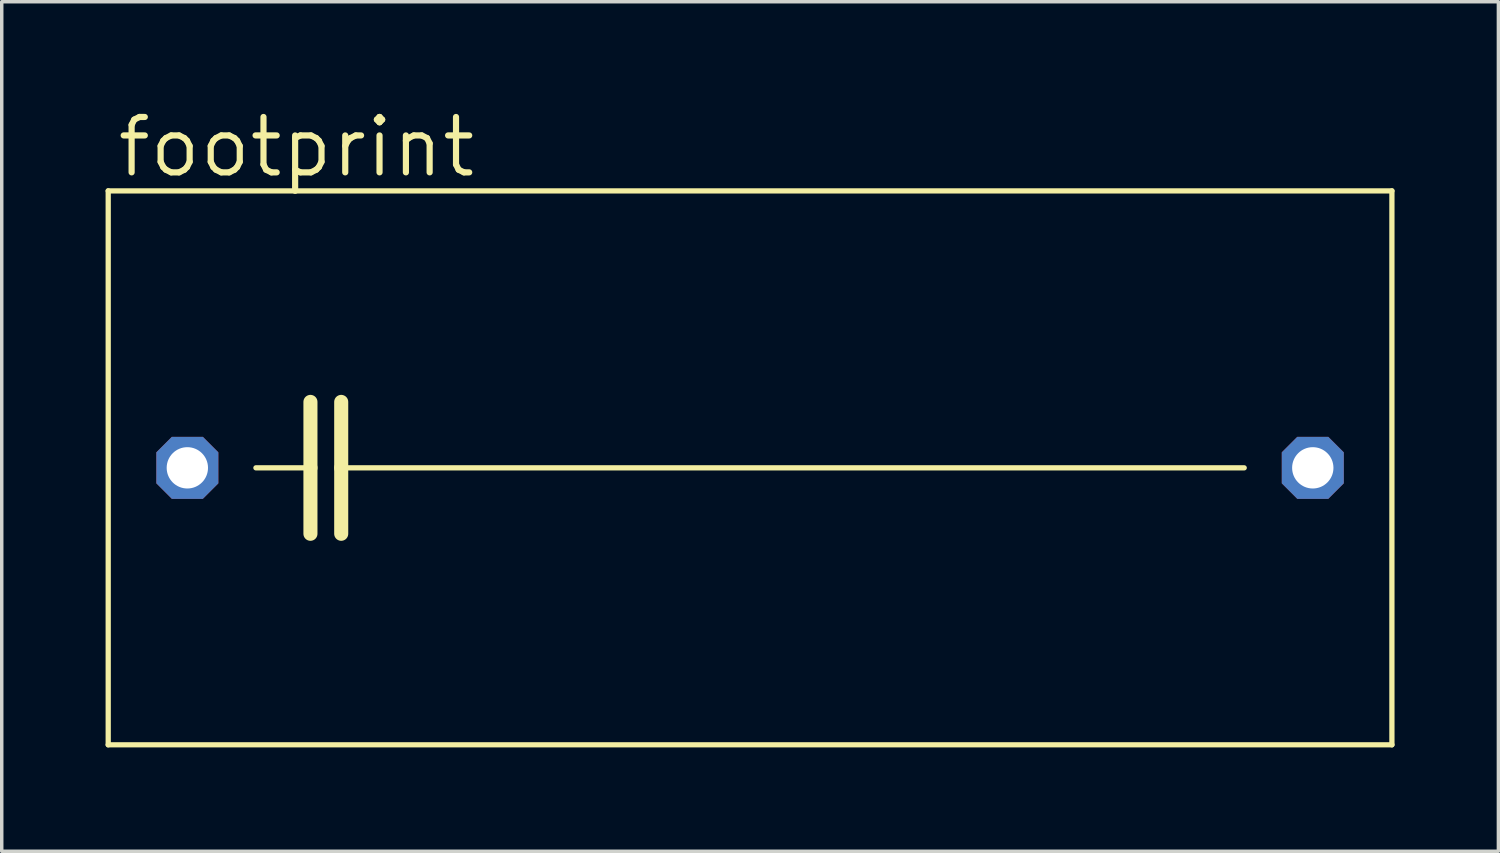
<source format=kicad_pcb>
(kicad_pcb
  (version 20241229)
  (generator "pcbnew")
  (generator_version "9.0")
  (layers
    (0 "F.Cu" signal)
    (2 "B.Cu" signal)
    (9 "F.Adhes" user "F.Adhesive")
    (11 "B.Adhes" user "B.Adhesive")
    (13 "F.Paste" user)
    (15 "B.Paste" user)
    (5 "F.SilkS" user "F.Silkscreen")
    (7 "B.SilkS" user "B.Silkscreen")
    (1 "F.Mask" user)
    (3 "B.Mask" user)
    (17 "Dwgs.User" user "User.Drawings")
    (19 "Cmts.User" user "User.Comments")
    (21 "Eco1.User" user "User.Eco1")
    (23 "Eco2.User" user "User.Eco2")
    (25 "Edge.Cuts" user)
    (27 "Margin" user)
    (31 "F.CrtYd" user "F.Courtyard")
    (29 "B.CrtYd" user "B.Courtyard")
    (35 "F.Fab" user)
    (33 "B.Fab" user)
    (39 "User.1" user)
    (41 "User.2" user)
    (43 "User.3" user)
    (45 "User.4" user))
  (footprint "footprint"
    (layer "F.Cu")
    (at 18.618 10.465)
    (property "Reference" "footprint" (at -18.364 -8.331 0) (layer "F.SilkS") (effects (font (size 1.6 1.6) (thickness 0.178)) (justify left bottom)))
    (fp_line (start -18.542 -8.001) (end -18.542 8.001) (stroke (width 0.152) (type solid)) (layer "F.SilkS"))
    (fp_line (start -18.542 8.001) (end 18.542 8.001) (stroke (width 0.152) (type solid)) (layer "F.SilkS"))
    (fp_line (start -14.275 0) (end -12.7 0) (stroke (width 0.152) (type solid)) (layer "F.SilkS"))
    (fp_line (start -12.7 -1.905) (end -12.7 0) (stroke (width 0.406) (type solid)) (layer "F.SilkS"))
    (fp_line (start -12.7 0) (end -12.7 1.905) (stroke (width 0.406) (type solid)) (layer "F.SilkS"))
    (fp_line (start -11.811 -1.905) (end -11.811 0) (stroke (width 0.406) (type solid)) (layer "F.SilkS"))
    (fp_line (start -11.811 0) (end -11.811 1.905) (stroke (width 0.406) (type solid)) (layer "F.SilkS"))
    (fp_line (start -11.811 0) (end 14.275 0) (stroke (width 0.152) (type solid)) (layer "F.SilkS"))
    (fp_line (start 18.542 -8.001) (end -18.542 -8.001) (stroke (width 0.152) (type solid)) (layer "F.SilkS"))
    (fp_line (start 18.542 -8.001) (end 18.542 8.001) (stroke (width 0.152) (type solid)) (layer "F.SilkS"))
    (pad "1" thru_hole roundrect (at -16.256 0) (size 1.791 1.791) (drill 1.194) (layers "*.Cu" "*.Mask") (roundrect_rratio 0.25) (chamfer_ratio 0.25) (chamfer top_left top_right bottom_left bottom_right))
    (pad "2" thru_hole roundrect (at 16.256 0) (size 1.791 1.791) (drill 1.194) (layers "*.Cu" "*.Mask") (roundrect_rratio 0.25) (chamfer_ratio 0.25) (chamfer top_left top_right bottom_left bottom_right)))
  (gr_rect
    (start -3 -3)
    (end 40.236 21.542)
    (stroke (width 0.1) (type default))
    (fill no)
    (layer "Edge.Cuts")))
</source>
